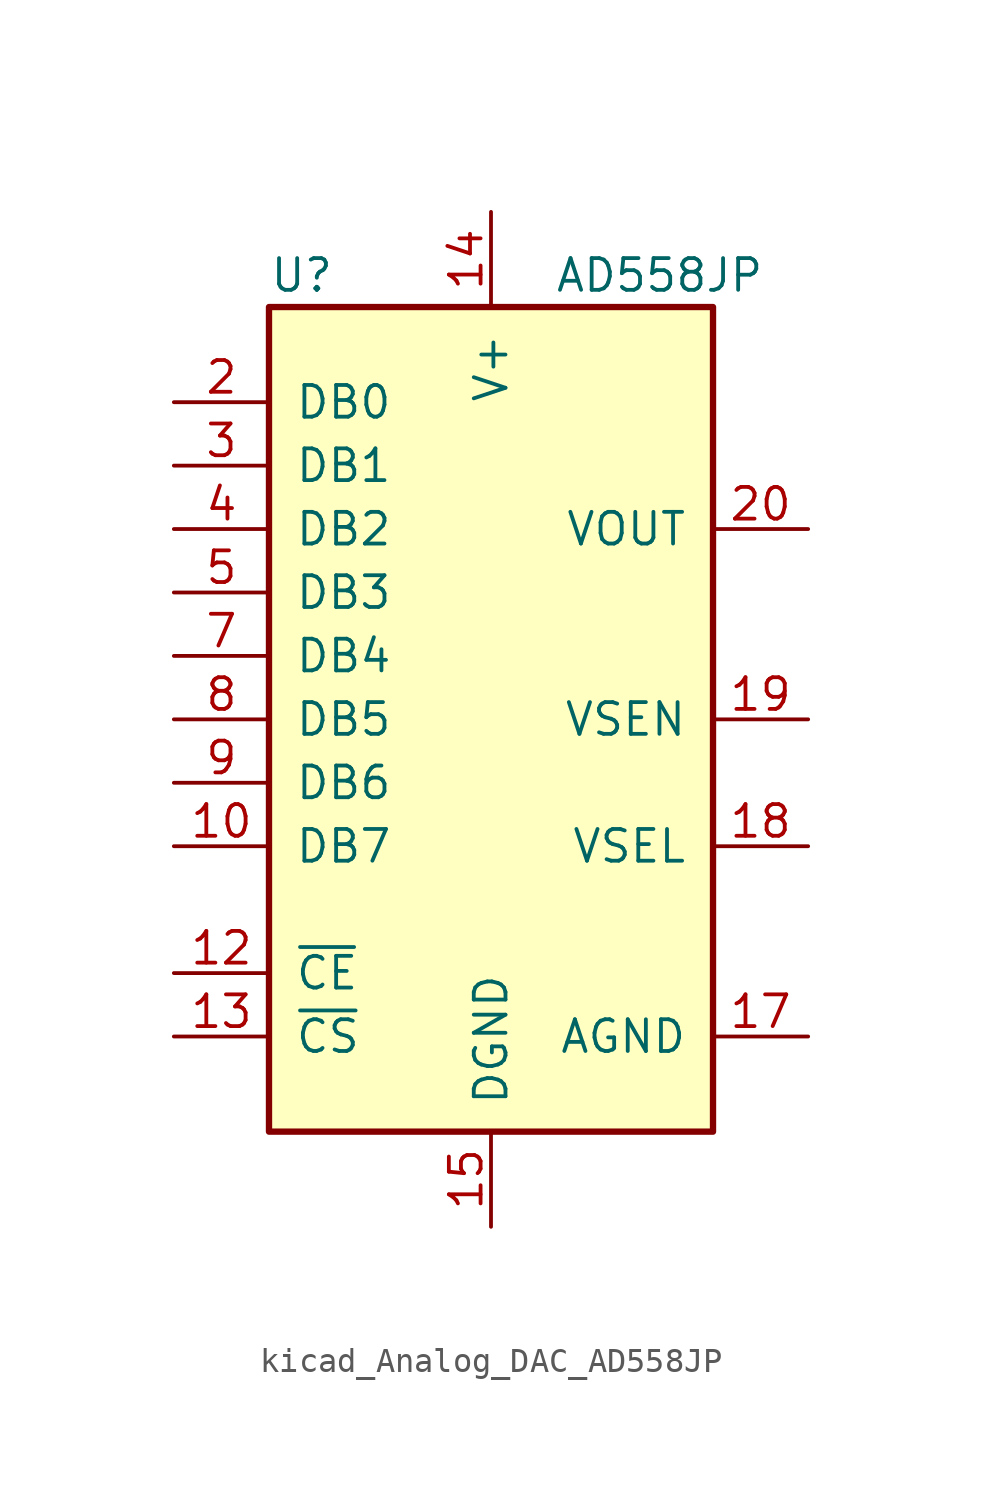
<source format=kicad_sym>
(kicad_symbol_lib
  (version 20220914)
  (generator kicad_symbol_editor)
  (symbol "kicad_Analog_DAC_AD558JP"
    (pin_names
      (offset 1.016))
    (property "Reference" "U"
      (at -8.89 17.78 0)
      (effects (font (size 1.27 1.27)) (justify left)))
    (property "Value" "AD558JP"
      (at 2.54 17.78 0)
      (effects (font (size 1.27 1.27)) (justify left)))
    (symbol "kicad_Analog_DAC_AD558JP_0_1"
      (rectangle (start -8.89 -16.51) (end 8.89 16.51) (stroke (width 0.254) (type default)) (fill (type background))))
    (symbol "kicad_Analog_DAC_AD558JP_1_1"
      (pin input line (at -12.7 -5.08 0) (length 3.81) (name "DB7" (effects (font (size 1.27 1.27)))) (number "10" (effects (font (size 1.27 1.27)))))
      (pin input line (at -12.7 -10.16 0) (length 3.81) (name "~{CE}" (effects (font (size 1.27 1.27)))) (number "12" (effects (font (size 1.27 1.27)))))
      (pin input line (at -12.7 -12.7 0) (length 3.81) (name "~{CS}" (effects (font (size 1.27 1.27)))) (number "13" (effects (font (size 1.27 1.27)))))
      (pin power_in line (at 0 20.32 270) (length 3.81) (name "V+" (effects (font (size 1.27 1.27)))) (number "14" (effects (font (size 1.27 1.27)))))
      (pin power_in line (at 0 -20.32 90) (length 3.81) (name "DGND" (effects (font (size 1.27 1.27)))) (number "15" (effects (font (size 1.27 1.27)))))
      (pin power_in line (at 12.7 -12.7 180) (length 3.81) (name "AGND" (effects (font (size 1.27 1.27)))) (number "17" (effects (font (size 1.27 1.27)))))
      (pin input line (at 12.7 -5.08 180) (length 3.81) (name "VSEL" (effects (font (size 1.27 1.27)))) (number "18" (effects (font (size 1.27 1.27)))))
      (pin input line (at 12.7 0 180) (length 3.81) (name "VSEN" (effects (font (size 1.27 1.27)))) (number "19" (effects (font (size 1.27 1.27)))))
      (pin input line (at -12.7 12.7 0) (length 3.81) (name "DB0" (effects (font (size 1.27 1.27)))) (number "2" (effects (font (size 1.27 1.27)))))
      (pin output line (at 12.7 7.62 180) (length 3.81) (name "VOUT" (effects (font (size 1.27 1.27)))) (number "20" (effects (font (size 1.27 1.27)))))
      (pin input line (at -12.7 10.16 0) (length 3.81) (name "DB1" (effects (font (size 1.27 1.27)))) (number "3" (effects (font (size 1.27 1.27)))))
      (pin input line (at -12.7 7.62 0) (length 3.81) (name "DB2" (effects (font (size 1.27 1.27)))) (number "4" (effects (font (size 1.27 1.27)))))
      (pin input line (at -12.7 5.08 0) (length 3.81) (name "DB3" (effects (font (size 1.27 1.27)))) (number "5" (effects (font (size 1.27 1.27)))))
      (pin input line (at -12.7 2.54 0) (length 3.81) (name "DB4" (effects (font (size 1.27 1.27)))) (number "7" (effects (font (size 1.27 1.27)))))
      (pin input line (at -12.7 0 0) (length 3.81) (name "DB5" (effects (font (size 1.27 1.27)))) (number "8" (effects (font (size 1.27 1.27)))))
      (pin input line (at -12.7 -2.54 0) (length 3.81) (name "DB6" (effects (font (size 1.27 1.27)))) (number "9" (effects (font (size 1.27 1.27))))))))
</source>
